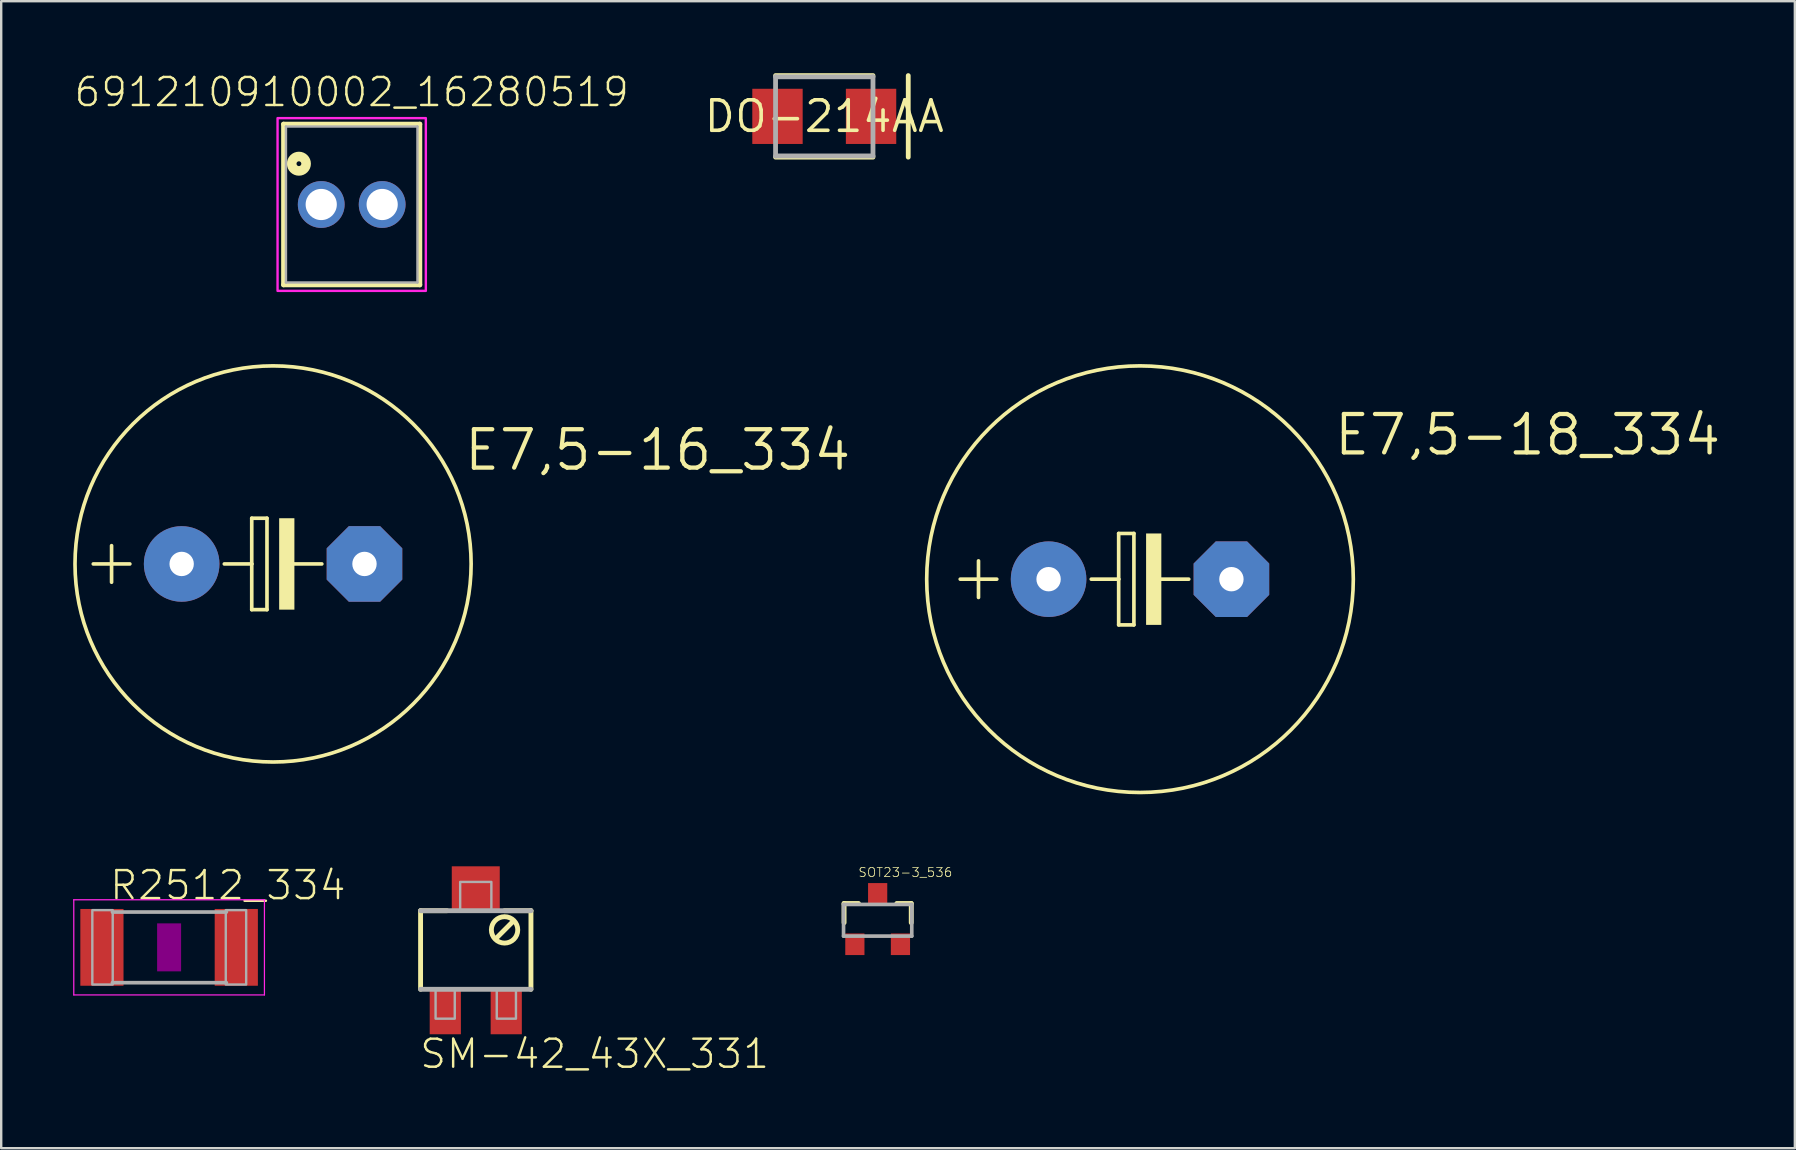
<source format=kicad_pcb>
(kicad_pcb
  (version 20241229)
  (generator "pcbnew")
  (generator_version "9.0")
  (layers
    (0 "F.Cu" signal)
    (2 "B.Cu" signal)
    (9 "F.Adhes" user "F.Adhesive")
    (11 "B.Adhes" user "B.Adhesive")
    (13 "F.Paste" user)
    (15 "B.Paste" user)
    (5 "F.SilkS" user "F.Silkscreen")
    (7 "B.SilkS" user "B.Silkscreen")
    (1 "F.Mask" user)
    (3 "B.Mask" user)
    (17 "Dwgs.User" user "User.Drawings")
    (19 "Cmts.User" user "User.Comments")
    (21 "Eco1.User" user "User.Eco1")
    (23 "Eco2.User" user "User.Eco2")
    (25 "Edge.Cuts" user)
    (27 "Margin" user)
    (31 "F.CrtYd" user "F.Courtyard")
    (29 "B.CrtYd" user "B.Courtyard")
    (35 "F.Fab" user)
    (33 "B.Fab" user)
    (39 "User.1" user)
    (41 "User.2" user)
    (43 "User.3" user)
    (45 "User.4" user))
  (footprint "SM-42_43X_331"
    (layer "F.Cu")
    (at 16.779 36.556)
    (property "Reference" "SM-42_43X_331" (at -2.4 5 0) (unlocked yes) (layer "F.SilkS") (effects (font (size 1.168 1.168) (thickness 0.102)) (justify left bottom)))
    (fp_line (start -2.3 -1.65) (end -2.3 1.625) (stroke (width 0.203) (type solid)) (layer "F.SilkS"))
    (fp_line (start -1.2 -1.65) (end -2.3 -1.65) (stroke (width 0.203) (type solid)) (layer "F.SilkS"))
    (fp_line (start 1.525 -1.175) (end 0.875 -0.525) (stroke (width 0.203) (type solid)) (layer "F.SilkS"))
    (fp_line (start 2.3 -1.65) (end 1.2 -1.65) (stroke (width 0.203) (type solid)) (layer "F.SilkS"))
    (fp_line (start 2.3 1.625) (end 2.3 -1.65) (stroke (width 0.203) (type solid)) (layer "F.SilkS"))
    (fp_circle (center 1.2 -0.85) (end 1.75 -0.85) (stroke (width 0.203) (type solid)) (fill no) (layer "F.SilkS"))
    (fp_line (start -2.3 1.625) (end 2.3 1.625) (stroke (width 0.203) (type solid)) (layer "F.Fab"))
    (fp_line (start 2.3 -1.65) (end -2.3 -1.65) (stroke (width 0.203) (type solid)) (layer "F.Fab"))
    (fp_poly (pts (xy -1.675 2.85) (xy -0.875 2.85) (xy -0.875 1.65) (xy -1.675 1.65)) (stroke (width 0.1) (type default)) (fill no) (layer "F.Fab"))
    (fp_poly (pts (xy -0.65 -1.65) (xy 0.65 -1.65) (xy 0.65 -2.85) (xy -0.65 -2.85)) (stroke (width 0.1) (type default)) (fill no) (layer "F.Fab"))
    (fp_poly (pts (xy 0.875 2.85) (xy 1.675 2.85) (xy 1.675 1.65) (xy 0.875 1.65)) (stroke (width 0.1) (type default)) (fill no) (layer "F.Fab"))
    (pad "1" smd rect (at -1.27 2.55) (size 1.3 1.9) (layers "F.Cu" "F.Mask" "F.Paste"))
    (pad "2" smd rect (at 0 -2.55) (size 2 1.9) (layers "F.Cu" "F.Mask" "F.Paste"))
    (pad "3" smd rect (at 1.27 2.55) (size 1.3 1.9) (layers "F.Cu" "F.Mask" "F.Paste")))
  (footprint "E7,5-18_334"
    (layer "F.Cu")
    (at 44.463 21.089)
    (property "Reference" "E7,5-18_334" (at 8.001 -5.08 0) (unlocked yes) (layer "F.SilkS") (effects (font (size 1.6 1.6) (thickness 0.178)) (justify left bottom)))
    (fp_line (start -7.493 0) (end -5.969 0) (stroke (width 0.152) (type solid)) (layer "F.SilkS"))
    (fp_line (start -6.731 0.762) (end -6.731 -0.762) (stroke (width 0.152) (type solid)) (layer "F.SilkS"))
    (fp_line (start -0.889 -1.905) (end -0.889 0) (stroke (width 0.152) (type solid)) (layer "F.SilkS"))
    (fp_line (start -0.889 0) (end -2.032 0) (stroke (width 0.152) (type solid)) (layer "F.SilkS"))
    (fp_line (start -0.889 0) (end -0.889 1.905) (stroke (width 0.152) (type solid)) (layer "F.SilkS"))
    (fp_line (start -0.889 1.905) (end -0.254 1.905) (stroke (width 0.152) (type solid)) (layer "F.SilkS"))
    (fp_line (start -0.254 -1.905) (end -0.889 -1.905) (stroke (width 0.152) (type solid)) (layer "F.SilkS"))
    (fp_line (start -0.254 1.905) (end -0.254 -1.905) (stroke (width 0.152) (type solid)) (layer "F.SilkS"))
    (fp_line (start 0.635 0) (end 2.032 0) (stroke (width 0.152) (type solid)) (layer "F.SilkS"))
    (fp_circle (center 0 0) (end 8.89 0) (stroke (width 0.152) (type solid)) (fill no) (layer "F.SilkS"))
    (fp_poly (pts (xy 0.254 1.905) (xy 0.889 1.905) (xy 0.889 -1.905) (xy 0.254 -1.905)) (stroke (width 0) (type default)) (fill yes) (layer "F.SilkS"))
    (pad "+" thru_hole circle (at -3.81 0) (size 3.15 3.15) (drill 1.016) (layers "*.Cu" "*.Mask"))
    (pad "-" thru_hole roundrect (at 3.81 0) (size 3.15 3.15) (drill 1.016) (layers "*.Cu" "*.Mask") (roundrect_rratio 0.25) (chamfer_ratio 0.293) (chamfer top_left top_right bottom_left bottom_right)))
  (footprint "SOT23-3_536"
    (layer "F.Cu")
    (at 33.529 35.305)
    (property "Reference" "SOT23-3_536" (at -0.826 -1.778 0) (unlocked yes) (layer "F.SilkS") (effects (font (size 0.374 0.374) (thickness 0.033)) (justify left bottom)))
    (fp_line (start -1.4 -0.7) (end -1.4 0.1) (stroke (width 0.203) (type solid)) (layer "F.SilkS"))
    (fp_line (start -0.8 -0.7) (end -1.4 -0.7) (stroke (width 0.203) (type solid)) (layer "F.SilkS"))
    (fp_line (start 0.8 -0.7) (end 1.4 -0.7) (stroke (width 0.203) (type solid)) (layer "F.SilkS"))
    (fp_line (start 1.4 -0.7) (end 1.4 0.1) (stroke (width 0.203) (type solid)) (layer "F.SilkS"))
    (fp_line (start -1.422 -0.66) (end 1.422 -0.66) (stroke (width 0.152) (type solid)) (layer "F.Fab"))
    (fp_line (start -1.422 0.66) (end -1.422 -0.66) (stroke (width 0.152) (type solid)) (layer "F.Fab"))
    (fp_line (start 1.422 -0.66) (end 1.422 0.66) (stroke (width 0.152) (type solid)) (layer "F.Fab"))
    (fp_line (start 1.422 0.66) (end -1.422 0.66) (stroke (width 0.152) (type solid)) (layer "F.Fab"))
    (pad "1" smd rect (at -0.95 1) (size 0.8 0.9) (layers "F.Cu" "F.Mask" "F.Paste"))
    (pad "2" smd rect (at 0.95 1) (size 0.8 0.9) (layers "F.Cu" "F.Mask" "F.Paste"))
    (pad "3" smd rect (at 0 -1.1) (size 0.8 0.9) (layers "F.Cu" "F.Mask" "F.Paste")))
  (footprint "691210910002_16280519"
    (layer "F.Cu")
    (at 11.608 5.473)
    (property "Reference" "691210910002_16280519" (at 0 -4 0) (unlocked yes) (layer "F.SilkS") (effects (font (size 1.168 1.168) (thickness 0.102)) (justify bottom)))
    (fp_line (start -2.84 -3.35) (end 2.84 -3.35) (stroke (width 0.2) (type solid)) (layer "F.SilkS"))
    (fp_line (start -2.84 3.35) (end -2.84 -3.35) (stroke (width 0.2) (type solid)) (layer "F.SilkS"))
    (fp_line (start 2.84 -3.35) (end 2.84 3.35) (stroke (width 0.2) (type solid)) (layer "F.SilkS"))
    (fp_line (start 2.84 3.35) (end -2.84 3.35) (stroke (width 0.2) (type solid)) (layer "F.SilkS"))
    (fp_circle (center -2.2 -1.7) (end -2.1 -1.7) (stroke (width 0.4) (type solid)) (fill no) (layer "F.SilkS"))
    (fp_poly (pts (xy 3.09 3.6) (xy -3.09 3.6) (xy -3.09 -3.6) (xy 3.09 -3.6)) (stroke (width 0.1) (type default)) (fill no) (layer "F.CrtYd"))
    (fp_line (start -2.74 -3.25) (end -2.74 3.25) (stroke (width 0.1) (type solid)) (layer "F.Fab"))
    (fp_line (start -2.74 3.25) (end 2.74 3.25) (stroke (width 0.1) (type solid)) (layer "F.Fab"))
    (fp_line (start 2.74 -3.25) (end -2.74 -3.25) (stroke (width 0.1) (type solid)) (layer "F.Fab"))
    (fp_line (start 2.74 3.25) (end 2.74 -3.25) (stroke (width 0.1) (type solid)) (layer "F.Fab"))
    (pad "1" thru_hole circle (at -1.27 0) (size 1.95 1.95) (drill 1.3) (layers "*.Cu" "*.Mask"))
    (pad "2" thru_hole circle (at 1.27 0) (size 1.95 1.95) (drill 1.3) (layers "*.Cu" "*.Mask")))
  (footprint "DO-214AA"
    (layer "F.Cu")
    (at 31.304 1.8)
    (property "Reference" "DO-214AA" (at 0 0 0) (layer "F.SilkS") (effects (font (size 1.27 1.27) (thickness 0.15))))
    (fp_line (start -2.03 -1.7) (end 2.03 -1.7) (stroke (width 0.2) (type solid)) (layer "F.SilkS"))
    (fp_line (start -2.03 1.7) (end 2.03 1.7) (stroke (width 0.2) (type solid)) (layer "F.SilkS"))
    (fp_line (start 3.5 -1.7) (end 3.5 1.7) (stroke (width 0.2) (type solid)) (layer "F.SilkS"))
    (fp_line (start -2.03 -1.65) (end 2.03 -1.65) (stroke (width 0.2) (type solid)) (layer "F.Fab"))
    (fp_line (start -2.03 1.65) (end -2.03 -1.65) (stroke (width 0.2) (type solid)) (layer "F.Fab"))
    (fp_line (start 2.03 -1.65) (end 2.03 1.65) (stroke (width 0.2) (type solid)) (layer "F.Fab"))
    (fp_line (start 2.03 1.65) (end -2.03 1.65) (stroke (width 0.2) (type solid)) (layer "F.Fab"))
    (pad "A" smd rect (at -1.95 0) (size 2.1 2.3) (layers "F.Cu" "F.Mask" "F.Paste"))
    (pad "C" smd rect (at 1.95 0) (size 2.1 2.3) (layers "F.Cu" "F.Mask" "F.Paste")))
  (footprint "R2512_334"
    (layer "F.Cu")
    (at 3.998 36.434)
    (property "Reference" "R2512_334" (at -2.54 -1.905 0) (unlocked yes) (layer "F.SilkS") (effects (font (size 1.168 1.168) (thickness 0.102)) (justify left bottom)))
    (fp_poly (pts (xy -0.5 1) (xy 0.5 1) (xy 0.5 -1) (xy -0.5 -1)) (stroke (width 0) (type default)) (fill yes) (layer "F.Adhes"))
    (fp_line (start -3.973 -1.983) (end 3.973 -1.983) (stroke (width 0.051) (type solid)) (layer "F.CrtYd"))
    (fp_line (start -3.973 1.983) (end -3.973 -1.983) (stroke (width 0.051) (type solid)) (layer "F.CrtYd"))
    (fp_line (start 3.973 -1.983) (end 3.973 1.983) (stroke (width 0.051) (type solid)) (layer "F.CrtYd"))
    (fp_line (start 3.973 1.983) (end -3.973 1.983) (stroke (width 0.051) (type solid)) (layer "F.CrtYd"))
    (fp_line (start -2.362 -1.473) (end 2.387 -1.473) (stroke (width 0.152) (type solid)) (layer "F.Fab"))
    (fp_line (start -2.362 1.473) (end 2.387 1.473) (stroke (width 0.152) (type solid)) (layer "F.Fab"))
    (fp_poly (pts (xy -3.2 1.549) (xy -2.35 1.549) (xy -2.35 -1.551) (xy -3.2 -1.551)) (stroke (width 0.1) (type default)) (fill no) (layer "F.Fab"))
    (fp_poly (pts (xy 2.362 1.549) (xy 3.212 1.549) (xy 3.212 -1.551) (xy 2.362 -1.551)) (stroke (width 0.1) (type default)) (fill no) (layer "F.Fab"))
    (pad "1" smd rect (at -2.8 0) (size 1.8 3.2) (layers "F.Cu" "F.Mask" "F.Paste"))
    (pad "2" smd rect (at 2.8 0) (size 1.8 3.2) (layers "F.Cu" "F.Mask" "F.Paste")))
  (footprint "E7,5-16_334"
    (layer "F.Cu")
    (at 8.331 20.454)
    (property "Reference" "E7,5-16_334" (at 7.874 -3.81 0) (unlocked yes) (layer "F.SilkS") (effects (font (size 1.6 1.6) (thickness 0.178)) (justify left bottom)))
    (fp_line (start -7.493 0) (end -5.969 0) (stroke (width 0.152) (type solid)) (layer "F.SilkS"))
    (fp_line (start -6.731 0.762) (end -6.731 -0.762) (stroke (width 0.152) (type solid)) (layer "F.SilkS"))
    (fp_line (start -0.889 -1.905) (end -0.889 0) (stroke (width 0.152) (type solid)) (layer "F.SilkS"))
    (fp_line (start -0.889 0) (end -2.032 0) (stroke (width 0.152) (type solid)) (layer "F.SilkS"))
    (fp_line (start -0.889 0) (end -0.889 1.905) (stroke (width 0.152) (type solid)) (layer "F.SilkS"))
    (fp_line (start -0.889 1.905) (end -0.254 1.905) (stroke (width 0.152) (type solid)) (layer "F.SilkS"))
    (fp_line (start -0.254 -1.905) (end -0.889 -1.905) (stroke (width 0.152) (type solid)) (layer "F.SilkS"))
    (fp_line (start -0.254 1.905) (end -0.254 -1.905) (stroke (width 0.152) (type solid)) (layer "F.SilkS"))
    (fp_line (start 0.635 0) (end 2.032 0) (stroke (width 0.152) (type solid)) (layer "F.SilkS"))
    (fp_circle (center 0 0) (end 8.255 0) (stroke (width 0.152) (type solid)) (fill no) (layer "F.SilkS"))
    (fp_poly (pts (xy 0.254 1.905) (xy 0.889 1.905) (xy 0.889 -1.905) (xy 0.254 -1.905)) (stroke (width 0) (type default)) (fill yes) (layer "F.SilkS"))
    (pad "+" thru_hole circle (at -3.81 0) (size 3.15 3.15) (drill 1.016) (layers "*.Cu" "*.Mask"))
    (pad "-" thru_hole roundrect (at 3.81 0) (size 3.15 3.15) (drill 1.016) (layers "*.Cu" "*.Mask") (roundrect_rratio 0.25) (chamfer_ratio 0.293) (chamfer top_left top_right bottom_left bottom_right)))
  (gr_rect
    (start -3 -3)
    (end 71.756 44.806)
    (stroke (width 0.1) (type default))
    (fill no)
    (layer "Edge.Cuts")))
</source>
